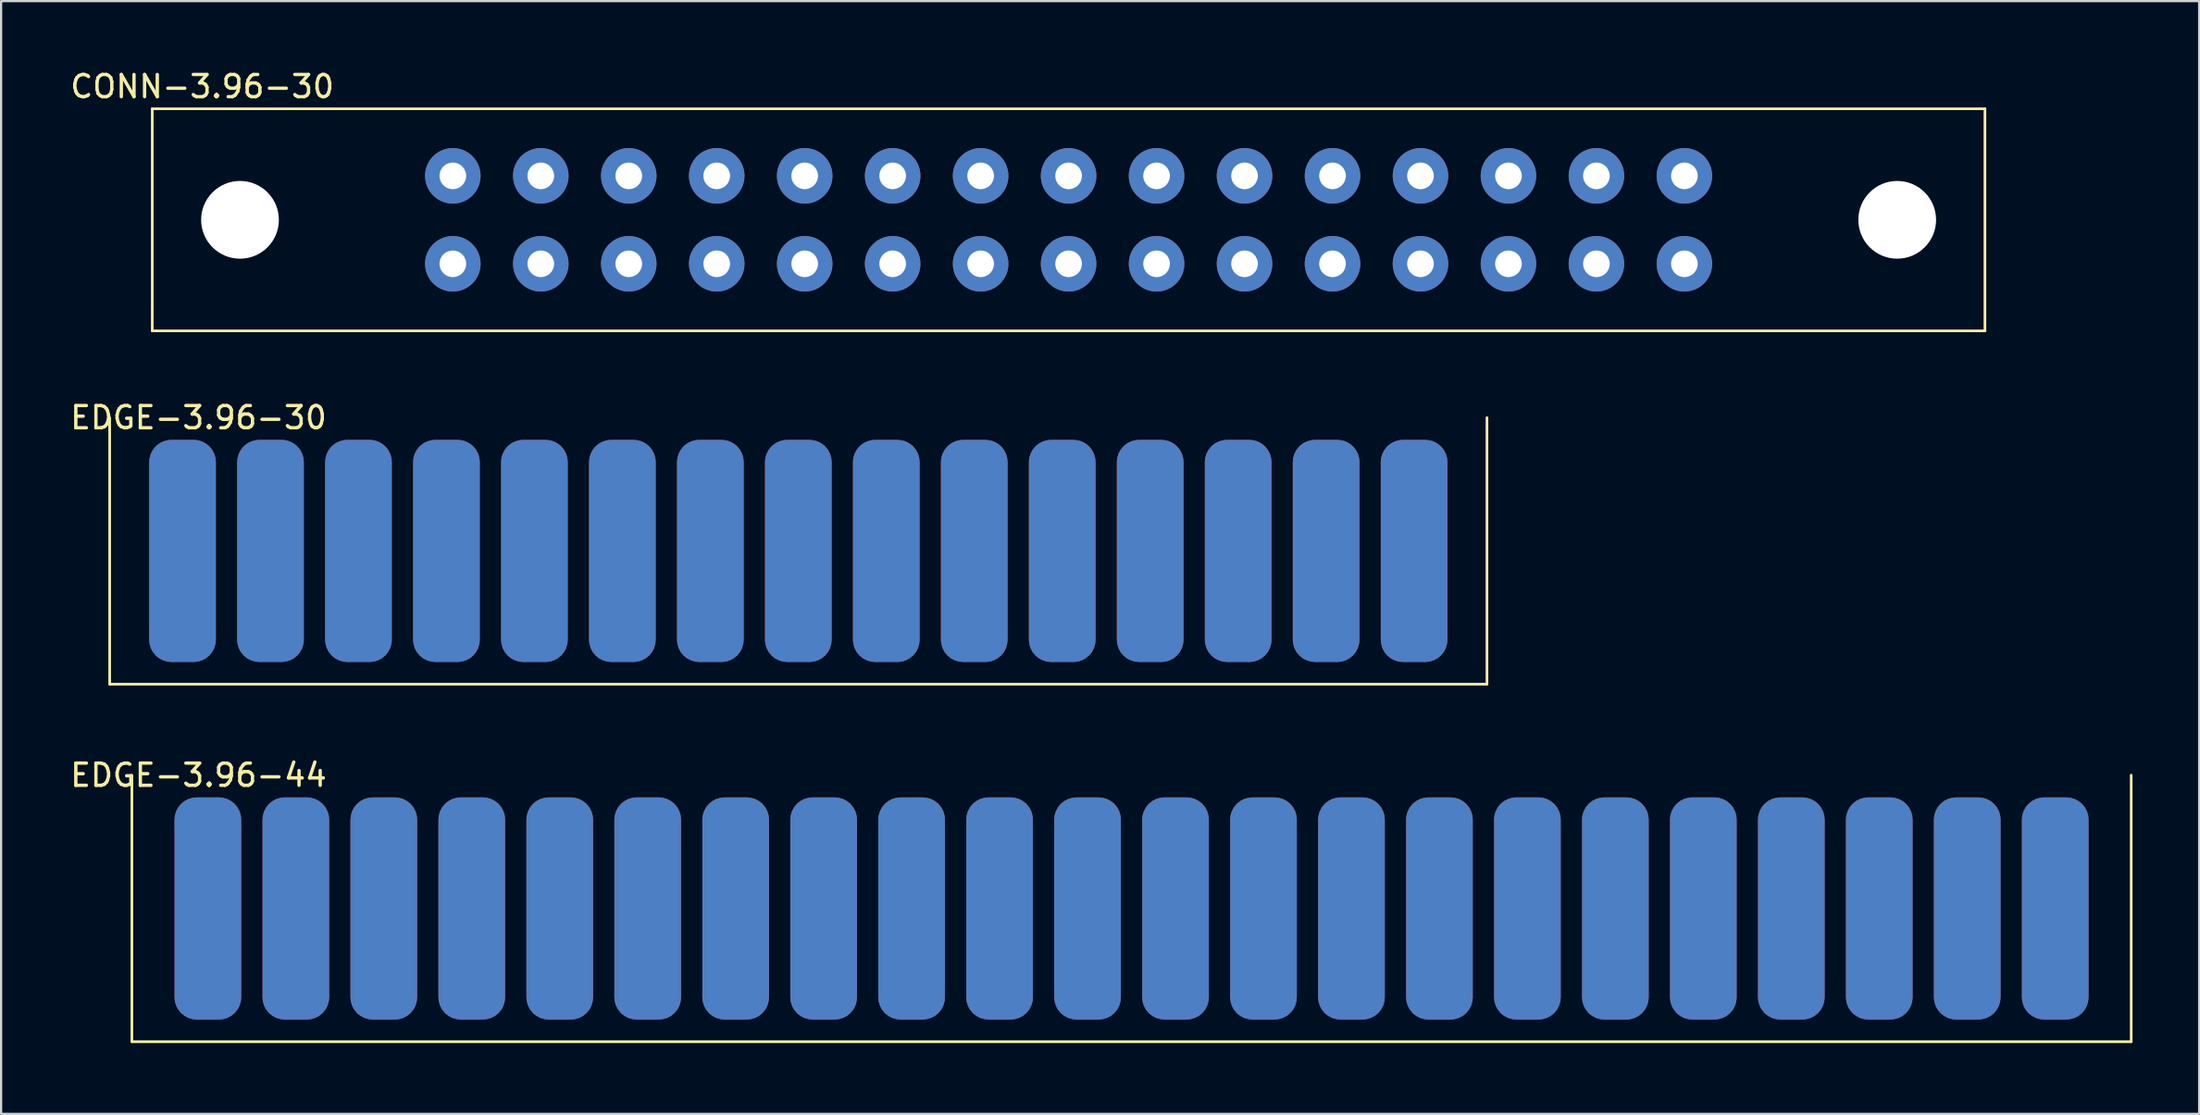
<source format=kicad_pcb>
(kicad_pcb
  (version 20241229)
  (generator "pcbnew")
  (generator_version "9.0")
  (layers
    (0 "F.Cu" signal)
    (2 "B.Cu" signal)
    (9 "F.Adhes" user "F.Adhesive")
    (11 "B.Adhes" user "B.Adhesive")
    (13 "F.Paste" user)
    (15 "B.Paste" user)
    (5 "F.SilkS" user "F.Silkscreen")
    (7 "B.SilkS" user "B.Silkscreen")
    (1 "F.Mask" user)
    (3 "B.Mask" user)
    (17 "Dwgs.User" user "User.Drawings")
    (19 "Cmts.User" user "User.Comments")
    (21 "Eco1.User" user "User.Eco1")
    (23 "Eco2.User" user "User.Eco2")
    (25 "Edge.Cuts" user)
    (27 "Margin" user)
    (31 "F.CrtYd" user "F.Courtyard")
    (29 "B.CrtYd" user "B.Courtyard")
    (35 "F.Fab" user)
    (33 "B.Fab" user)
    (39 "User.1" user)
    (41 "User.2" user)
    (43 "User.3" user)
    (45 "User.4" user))
  (footprint "EDGE-3.96-30"
    (layer "F.Cu")
    (at 32.887 27.756)
    (property "Reference" "EDGE-3.96-30" (at -27 -12 0) (layer "F.SilkS") (effects (font (size 1 1) (thickness 0.15))))
    (attr exclude_from_pos_files exclude_from_bom)
    (fp_line (start -31 0) (end -31 -12) (stroke (width 0.12) (type solid)) (layer "F.SilkS"))
    (fp_line (start 31 -12) (end 31 0) (stroke (width 0.12) (type solid)) (layer "F.SilkS"))
    (fp_line (start 31 0) (end -31 0) (stroke (width 0.12) (type solid)) (layer "F.SilkS"))
    (pad "1" smd roundrect (at -27.72 -6) (size 3 10) (layers "F.Cu" "F.Mask" "F.Paste") (roundrect_rratio 0.333))
    (pad "2" smd roundrect (at -27.72 -6) (size 3 10) (layers "B.Cu" "B.Mask" "B.Paste") (roundrect_rratio 0.333))
    (pad "3" smd roundrect (at -23.76 -6) (size 3 10) (layers "F.Cu" "F.Mask" "F.Paste") (roundrect_rratio 0.333))
    (pad "4" smd roundrect (at -23.76 -6) (size 3 10) (layers "B.Cu" "B.Mask" "B.Paste") (roundrect_rratio 0.333))
    (pad "5" smd roundrect (at -19.8 -6) (size 3 10) (layers "F.Cu" "F.Mask" "F.Paste") (roundrect_rratio 0.333))
    (pad "6" smd roundrect (at -19.8 -6) (size 3 10) (layers "B.Cu" "B.Mask" "B.Paste") (roundrect_rratio 0.333))
    (pad "7" smd roundrect (at -15.84 -6) (size 3 10) (layers "F.Cu" "F.Mask" "F.Paste") (roundrect_rratio 0.333))
    (pad "8" smd roundrect (at -15.84 -6) (size 3 10) (layers "B.Cu" "B.Mask" "B.Paste") (roundrect_rratio 0.333))
    (pad "9" smd roundrect (at -11.88 -6) (size 3 10) (layers "F.Cu" "F.Mask" "F.Paste") (roundrect_rratio 0.333))
    (pad "10" smd roundrect (at -11.88 -6) (size 3 10) (layers "B.Cu" "B.Mask" "B.Paste") (roundrect_rratio 0.333))
    (pad "11" smd roundrect (at -7.92 -6) (size 3 10) (layers "F.Cu" "F.Mask" "F.Paste") (roundrect_rratio 0.333))
    (pad "12" smd roundrect (at -7.92 -6) (size 3 10) (layers "B.Cu" "B.Mask" "B.Paste") (roundrect_rratio 0.333))
    (pad "13" smd roundrect (at -3.96 -6) (size 3 10) (layers "F.Cu" "F.Mask" "F.Paste") (roundrect_rratio 0.333))
    (pad "14" smd roundrect (at -3.96 -6) (size 3 10) (layers "B.Cu" "B.Mask" "B.Paste") (roundrect_rratio 0.333))
    (pad "15" smd roundrect (at 0 -6) (size 3 10) (layers "F.Cu" "F.Mask" "F.Paste") (roundrect_rratio 0.333))
    (pad "16" smd roundrect (at 0 -6) (size 3 10) (layers "B.Cu" "B.Mask" "B.Paste") (roundrect_rratio 0.333))
    (pad "17" smd roundrect (at 3.96 -6) (size 3 10) (layers "F.Cu" "F.Mask" "F.Paste") (roundrect_rratio 0.333))
    (pad "18" smd roundrect (at 3.96 -6) (size 3 10) (layers "B.Cu" "B.Mask" "B.Paste") (roundrect_rratio 0.333))
    (pad "19" smd roundrect (at 7.92 -6) (size 3 10) (layers "F.Cu" "F.Mask" "F.Paste") (roundrect_rratio 0.333))
    (pad "20" smd roundrect (at 7.92 -6) (size 3 10) (layers "B.Cu" "B.Mask" "B.Paste") (roundrect_rratio 0.333))
    (pad "21" smd roundrect (at 11.88 -6) (size 3 10) (layers "F.Cu" "F.Mask" "F.Paste") (roundrect_rratio 0.333))
    (pad "22" smd roundrect (at 11.88 -6) (size 3 10) (layers "B.Cu" "B.Mask" "B.Paste") (roundrect_rratio 0.333))
    (pad "23" smd roundrect (at 15.84 -6) (size 3 10) (layers "F.Cu" "F.Mask" "F.Paste") (roundrect_rratio 0.333))
    (pad "24" smd roundrect (at 15.84 -6) (size 3 10) (layers "B.Cu" "B.Mask" "B.Paste") (roundrect_rratio 0.333))
    (pad "25" smd roundrect (at 19.8 -6) (size 3 10) (layers "F.Cu" "F.Mask" "F.Paste") (roundrect_rratio 0.333))
    (pad "26" smd roundrect (at 19.8 -6) (size 3 10) (layers "B.Cu" "B.Mask" "B.Paste") (roundrect_rratio 0.333))
    (pad "27" smd roundrect (at 23.76 -6) (size 3 10) (layers "F.Cu" "F.Mask" "F.Paste") (roundrect_rratio 0.333))
    (pad "28" smd roundrect (at 23.76 -6) (size 3 10) (layers "B.Cu" "B.Mask" "B.Paste") (roundrect_rratio 0.333))
    (pad "29" smd roundrect (at 27.72 -6) (size 3 10) (layers "F.Cu" "F.Mask" "F.Paste") (roundrect_rratio 0.333))
    (pad "30" smd roundrect (at 27.72 -6) (size 3 10) (layers "B.Cu" "B.Mask" "B.Paste") (roundrect_rratio 0.333)))
  (footprint "EDGE-3.96-44"
    (layer "F.Cu")
    (at 47.887 43.855)
    (property "Reference" "EDGE-3.96-44" (at -42 -12 0) (layer "F.SilkS") (effects (font (size 1 1) (thickness 0.15))))
    (attr exclude_from_pos_files exclude_from_bom)
    (fp_line (start -45 0) (end -45 -12) (stroke (width 0.12) (type solid)) (layer "F.SilkS"))
    (fp_line (start 45 -12) (end 45 0) (stroke (width 0.12) (type solid)) (layer "F.SilkS"))
    (fp_line (start 45 0) (end -45 0) (stroke (width 0.12) (type solid)) (layer "F.SilkS"))
    (pad "1" smd roundrect (at -41.58 -6) (size 3 10) (layers "F.Cu" "F.Mask" "F.Paste") (roundrect_rratio 0.333))
    (pad "2" smd roundrect (at -41.58 -6) (size 3 10) (layers "B.Cu" "B.Mask" "B.Paste") (roundrect_rratio 0.333))
    (pad "3" smd roundrect (at -37.62 -6) (size 3 10) (layers "F.Cu" "F.Mask" "F.Paste") (roundrect_rratio 0.333))
    (pad "4" smd roundrect (at -37.62 -6) (size 3 10) (layers "B.Cu" "B.Mask" "B.Paste") (roundrect_rratio 0.333))
    (pad "5" smd roundrect (at -33.66 -6) (size 3 10) (layers "F.Cu" "F.Mask" "F.Paste") (roundrect_rratio 0.333))
    (pad "6" smd roundrect (at -33.66 -6) (size 3 10) (layers "B.Cu" "B.Mask" "B.Paste") (roundrect_rratio 0.333))
    (pad "7" smd roundrect (at -29.7 -6) (size 3 10) (layers "F.Cu" "F.Mask" "F.Paste") (roundrect_rratio 0.333))
    (pad "8" smd roundrect (at -29.7 -6) (size 3 10) (layers "B.Cu" "B.Mask" "B.Paste") (roundrect_rratio 0.333))
    (pad "9" smd roundrect (at -25.74 -6) (size 3 10) (layers "F.Cu" "F.Mask" "F.Paste") (roundrect_rratio 0.333))
    (pad "10" smd roundrect (at -25.74 -6) (size 3 10) (layers "B.Cu" "B.Mask" "B.Paste") (roundrect_rratio 0.333))
    (pad "11" smd roundrect (at -21.78 -6) (size 3 10) (layers "F.Cu" "F.Mask" "F.Paste") (roundrect_rratio 0.333))
    (pad "12" smd roundrect (at -21.78 -6) (size 3 10) (layers "B.Cu" "B.Mask" "B.Paste") (roundrect_rratio 0.333))
    (pad "13" smd roundrect (at -17.82 -6) (size 3 10) (layers "F.Cu" "F.Mask" "F.Paste") (roundrect_rratio 0.333))
    (pad "14" smd roundrect (at -17.82 -6) (size 3 10) (layers "B.Cu" "B.Mask" "B.Paste") (roundrect_rratio 0.333))
    (pad "15" smd roundrect (at -13.86 -6) (size 3 10) (layers "F.Cu" "F.Mask" "F.Paste") (roundrect_rratio 0.333))
    (pad "16" smd roundrect (at -13.86 -6) (size 3 10) (layers "B.Cu" "B.Mask" "B.Paste") (roundrect_rratio 0.333))
    (pad "17" smd roundrect (at -9.9 -6) (size 3 10) (layers "F.Cu" "F.Mask" "F.Paste") (roundrect_rratio 0.333))
    (pad "18" smd roundrect (at -9.9 -6) (size 3 10) (layers "B.Cu" "B.Mask" "B.Paste") (roundrect_rratio 0.333))
    (pad "19" smd roundrect (at -5.94 -6) (size 3 10) (layers "F.Cu" "F.Mask" "F.Paste") (roundrect_rratio 0.333))
    (pad "20" smd roundrect (at -5.94 -6) (size 3 10) (layers "B.Cu" "B.Mask" "B.Paste") (roundrect_rratio 0.333))
    (pad "21" smd roundrect (at -1.98 -6) (size 3 10) (layers "F.Cu" "F.Mask" "F.Paste") (roundrect_rratio 0.333))
    (pad "22" smd roundrect (at -1.98 -6) (size 3 10) (layers "B.Cu" "B.Mask" "B.Paste") (roundrect_rratio 0.333))
    (pad "23" smd roundrect (at 1.98 -6) (size 3 10) (layers "F.Cu" "F.Mask" "F.Paste") (roundrect_rratio 0.333))
    (pad "24" smd roundrect (at 1.98 -6) (size 3 10) (layers "B.Cu" "B.Mask" "B.Paste") (roundrect_rratio 0.333))
    (pad "25" smd roundrect (at 5.94 -6) (size 3 10) (layers "F.Cu" "F.Mask" "F.Paste") (roundrect_rratio 0.333))
    (pad "26" smd roundrect (at 5.94 -6) (size 3 10) (layers "B.Cu" "B.Mask" "B.Paste") (roundrect_rratio 0.333))
    (pad "27" smd roundrect (at 9.9 -6) (size 3 10) (layers "F.Cu" "F.Mask" "F.Paste") (roundrect_rratio 0.333))
    (pad "28" smd roundrect (at 9.9 -6) (size 3 10) (layers "B.Cu" "B.Mask" "B.Paste") (roundrect_rratio 0.333))
    (pad "29" smd roundrect (at 13.86 -6) (size 3 10) (layers "F.Cu" "F.Mask" "F.Paste") (roundrect_rratio 0.333))
    (pad "30" smd roundrect (at 13.86 -6) (size 3 10) (layers "B.Cu" "B.Mask" "B.Paste") (roundrect_rratio 0.333))
    (pad "31" smd roundrect (at 17.82 -6) (size 3 10) (layers "F.Cu" "F.Mask" "F.Paste") (roundrect_rratio 0.333))
    (pad "32" smd roundrect (at 17.82 -6) (size 3 10) (layers "B.Cu" "B.Mask" "B.Paste") (roundrect_rratio 0.333))
    (pad "33" smd roundrect (at 21.78 -6) (size 3 10) (layers "F.Cu" "F.Mask" "F.Paste") (roundrect_rratio 0.333))
    (pad "34" smd roundrect (at 21.78 -6) (size 3 10) (layers "B.Cu" "B.Mask" "B.Paste") (roundrect_rratio 0.333))
    (pad "35" smd roundrect (at 25.74 -6) (size 3 10) (layers "F.Cu" "F.Mask" "F.Paste") (roundrect_rratio 0.333))
    (pad "36" smd roundrect (at 25.74 -6) (size 3 10) (layers "B.Cu" "B.Mask" "B.Paste") (roundrect_rratio 0.333))
    (pad "37" smd roundrect (at 29.7 -6) (size 3 10) (layers "F.Cu" "F.Mask" "F.Paste") (roundrect_rratio 0.333))
    (pad "38" smd roundrect (at 29.7 -6) (size 3 10) (layers "B.Cu" "B.Mask" "B.Paste") (roundrect_rratio 0.333))
    (pad "39" smd roundrect (at 33.66 -6) (size 3 10) (layers "F.Cu" "F.Mask" "F.Paste") (roundrect_rratio 0.333))
    (pad "40" smd roundrect (at 33.66 -6) (size 3 10) (layers "B.Cu" "B.Mask" "B.Paste") (roundrect_rratio 0.333))
    (pad "41" smd roundrect (at 37.62 -6) (size 3 10) (layers "F.Cu" "F.Mask" "F.Paste") (roundrect_rratio 0.333))
    (pad "42" smd roundrect (at 37.62 -6) (size 3 10) (layers "B.Cu" "B.Mask" "B.Paste") (roundrect_rratio 0.333))
    (pad "43" smd roundrect (at 41.58 -6) (size 3 10) (layers "F.Cu" "F.Mask" "F.Paste") (roundrect_rratio 0.333))
    (pad "44" smd roundrect (at 41.58 -6) (size 3 10) (layers "B.Cu" "B.Mask" "B.Paste") (roundrect_rratio 0.333)))
  (footprint "CONN-3.96-30"
    (layer "F.Cu")
    (at 45.054 6.848)
    (property "Reference" "CONN-3.96-30" (at -39 -6 180) (layer "F.SilkS") (effects (font (size 1 1) (thickness 0.15))))
    (attr through_hole)
    (fp_line (start -41.25 -5) (end -41.25 5) (stroke (width 0.12) (type solid)) (layer "F.SilkS"))
    (fp_line (start -41.25 5) (end 41.25 5) (stroke (width 0.12) (type solid)) (layer "F.SilkS"))
    (fp_line (start 41.25 -5) (end -41.25 -5) (stroke (width 0.12) (type solid)) (layer "F.SilkS"))
    (fp_line (start 41.25 5) (end 41.25 -5) (stroke (width 0.12) (type solid)) (layer "F.SilkS"))
    (pad "" np_thru_hole circle (at -37.3 0) (size 3.5 3.5) (drill 3.5) (layers "*.Cu" "*.Mask"))
    (pad "" np_thru_hole circle (at 37.3 0) (size 3.5 3.5) (drill 3.5) (layers "*.Cu" "*.Mask"))
    (pad "1" thru_hole circle (at -27.72 1.98) (size 2.5 2.5) (drill 1.2) (layers "*.Cu" "*.Mask"))
    (pad "2" thru_hole circle (at -27.72 -1.98) (size 2.5 2.5) (drill 1.2) (layers "*.Cu" "*.Mask"))
    (pad "3" thru_hole circle (at -23.76 1.98) (size 2.5 2.5) (drill 1.2) (layers "*.Cu" "*.Mask"))
    (pad "4" thru_hole circle (at -23.76 -1.98) (size 2.5 2.5) (drill 1.2) (layers "*.Cu" "*.Mask"))
    (pad "5" thru_hole circle (at -19.8 1.98) (size 2.5 2.5) (drill 1.2) (layers "*.Cu" "*.Mask"))
    (pad "6" thru_hole circle (at -19.8 -1.98) (size 2.5 2.5) (drill 1.2) (layers "*.Cu" "*.Mask"))
    (pad "7" thru_hole circle (at -15.84 1.98) (size 2.5 2.5) (drill 1.2) (layers "*.Cu" "*.Mask"))
    (pad "8" thru_hole circle (at -15.84 -1.98) (size 2.5 2.5) (drill 1.2) (layers "*.Cu" "*.Mask"))
    (pad "9" thru_hole circle (at -11.88 1.98) (size 2.5 2.5) (drill 1.2) (layers "*.Cu" "*.Mask"))
    (pad "10" thru_hole circle (at -11.88 -1.98) (size 2.5 2.5) (drill 1.2) (layers "*.Cu" "*.Mask"))
    (pad "11" thru_hole circle (at -7.92 1.98) (size 2.5 2.5) (drill 1.2) (layers "*.Cu" "*.Mask"))
    (pad "12" thru_hole circle (at -7.92 -1.98) (size 2.5 2.5) (drill 1.2) (layers "*.Cu" "*.Mask"))
    (pad "13" thru_hole circle (at -3.96 1.98) (size 2.5 2.5) (drill 1.2) (layers "*.Cu" "*.Mask"))
    (pad "14" thru_hole circle (at -3.96 -1.98) (size 2.5 2.5) (drill 1.2) (layers "*.Cu" "*.Mask"))
    (pad "15" thru_hole circle (at 0 1.98) (size 2.5 2.5) (drill 1.2) (layers "*.Cu" "*.Mask"))
    (pad "16" thru_hole circle (at 0 -1.98) (size 2.5 2.5) (drill 1.2) (layers "*.Cu" "*.Mask"))
    (pad "17" thru_hole circle (at 3.96 1.98) (size 2.5 2.5) (drill 1.2) (layers "*.Cu" "*.Mask"))
    (pad "18" thru_hole circle (at 3.96 -1.98) (size 2.5 2.5) (drill 1.2) (layers "*.Cu" "*.Mask"))
    (pad "19" thru_hole circle (at 7.92 1.98) (size 2.5 2.5) (drill 1.2) (layers "*.Cu" "*.Mask"))
    (pad "20" thru_hole circle (at 7.92 -1.98) (size 2.5 2.5) (drill 1.2) (layers "*.Cu" "*.Mask"))
    (pad "21" thru_hole circle (at 11.88 1.98) (size 2.5 2.5) (drill 1.2) (layers "*.Cu" "*.Mask"))
    (pad "22" thru_hole circle (at 11.88 -1.98) (size 2.5 2.5) (drill 1.2) (layers "*.Cu" "*.Mask"))
    (pad "23" thru_hole circle (at 15.84 1.98) (size 2.5 2.5) (drill 1.2) (layers "*.Cu" "*.Mask"))
    (pad "24" thru_hole circle (at 15.84 -1.98) (size 2.5 2.5) (drill 1.2) (layers "*.Cu" "*.Mask"))
    (pad "25" thru_hole circle (at 19.8 1.98) (size 2.5 2.5) (drill 1.2) (layers "*.Cu" "*.Mask"))
    (pad "26" thru_hole circle (at 19.8 -1.98) (size 2.5 2.5) (drill 1.2) (layers "*.Cu" "*.Mask"))
    (pad "27" thru_hole circle (at 23.76 1.98) (size 2.5 2.5) (drill 1.2) (layers "*.Cu" "*.Mask"))
    (pad "28" thru_hole circle (at 23.76 -1.98) (size 2.5 2.5) (drill 1.2) (layers "*.Cu" "*.Mask"))
    (pad "29" thru_hole circle (at 27.72 1.98) (size 2.5 2.5) (drill 1.2) (layers "*.Cu" "*.Mask"))
    (pad "30" thru_hole circle (at 27.72 -1.98) (size 2.5 2.5) (drill 1.2) (layers "*.Cu" "*.Mask")))
  (gr_rect
    (start -3 -3)
    (end 95.947 47.105)
    (stroke (width 0.1) (type default))
    (fill no)
    (layer "Edge.Cuts")))
</source>
